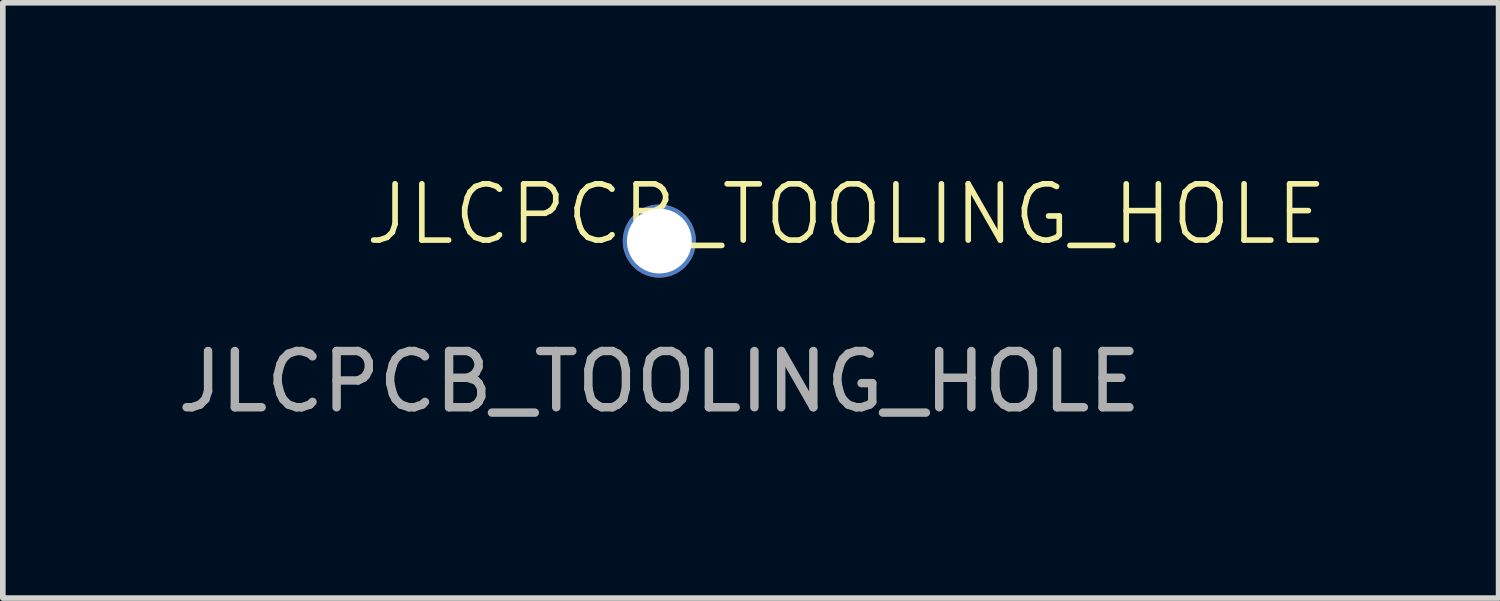
<source format=kicad_pcb>
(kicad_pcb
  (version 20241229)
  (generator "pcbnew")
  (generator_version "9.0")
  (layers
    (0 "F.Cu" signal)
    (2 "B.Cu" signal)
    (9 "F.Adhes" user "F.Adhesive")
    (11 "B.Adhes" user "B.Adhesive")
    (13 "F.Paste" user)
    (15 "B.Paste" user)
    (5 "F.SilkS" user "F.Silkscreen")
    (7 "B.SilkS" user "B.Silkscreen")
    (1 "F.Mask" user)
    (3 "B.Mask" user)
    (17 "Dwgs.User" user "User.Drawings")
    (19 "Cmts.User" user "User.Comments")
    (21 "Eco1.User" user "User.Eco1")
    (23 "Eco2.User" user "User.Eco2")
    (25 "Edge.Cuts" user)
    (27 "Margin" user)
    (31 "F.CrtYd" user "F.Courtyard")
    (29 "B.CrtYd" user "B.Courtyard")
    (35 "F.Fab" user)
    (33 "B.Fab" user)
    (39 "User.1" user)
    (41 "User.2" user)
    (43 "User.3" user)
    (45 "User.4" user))
  (footprint "JLCPCB_TOOLING_HOLE"
    (layer "F.Cu")
    (at 8.673 1.236)
    (property "Reference" "JLCPCB_TOOLING_HOLE" (at 3.325 -0.475 0) (unlocked yes) (layer "F.SilkS") (effects (font (size 1 1) (thickness 0.1))))
    (attr through_hole)
    (fp_text user "${REFERENCE}" (at 0 2.5 0) (unlocked yes) (layer "F.Fab") (effects (font (size 1 1) (thickness 0.15))))
    (pad "" np_thru_hole circle (at 0 0) (size 1.3 1.3) (drill 1.152) (layers "*.Cu" "*.Paste" "*.Mask")))
  (gr_rect
    (start -3 -3)
    (end 23.595 7.584)
    (stroke (width 0.1) (type default))
    (fill no)
    (layer "Edge.Cuts")))
</source>
